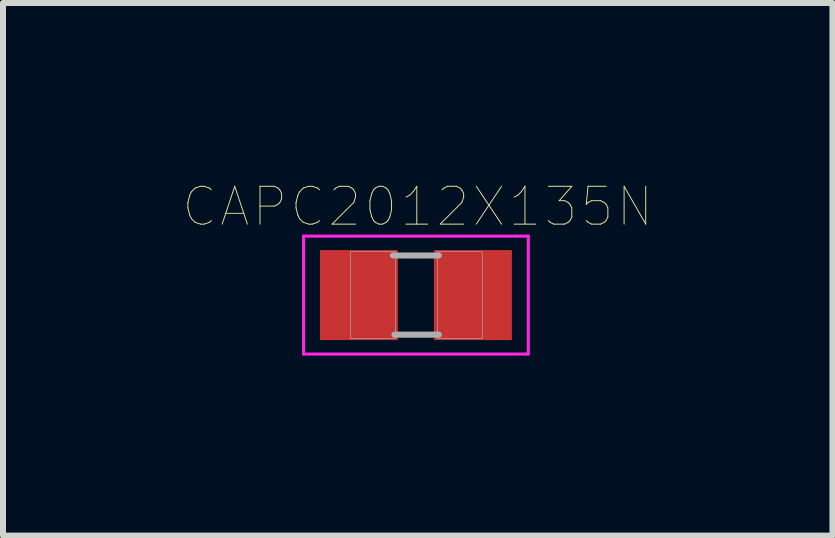
<source format=kicad_pcb>
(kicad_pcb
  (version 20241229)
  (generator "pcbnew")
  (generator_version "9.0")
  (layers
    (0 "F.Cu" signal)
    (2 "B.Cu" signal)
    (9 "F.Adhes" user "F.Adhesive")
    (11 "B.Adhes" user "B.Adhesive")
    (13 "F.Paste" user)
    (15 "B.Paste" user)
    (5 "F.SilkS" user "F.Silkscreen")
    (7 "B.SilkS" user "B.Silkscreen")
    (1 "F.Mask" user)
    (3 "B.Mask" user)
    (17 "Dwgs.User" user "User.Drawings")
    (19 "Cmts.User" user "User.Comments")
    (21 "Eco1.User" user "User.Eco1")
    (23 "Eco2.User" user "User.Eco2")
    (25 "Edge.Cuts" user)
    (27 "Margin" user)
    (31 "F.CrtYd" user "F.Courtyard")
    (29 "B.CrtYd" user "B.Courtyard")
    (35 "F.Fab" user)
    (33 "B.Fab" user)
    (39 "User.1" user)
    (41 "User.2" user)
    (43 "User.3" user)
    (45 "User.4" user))
  (footprint "CAPC2012X135N"
    (layer "F.Cu")
    (at 3.883 1.869)
    (property "Reference" "CAPC2012X135N" (at 0.03 -1.474 0) (layer "F.SilkS") (effects (font (size 0.631 0.631) (thickness 0.015))))
    (attr through_hole)
    (fp_line (start -1.873 -0.983) (end 1.873 -0.983) (stroke (width 0.051) (type solid)) (layer "F.CrtYd"))
    (fp_line (start -1.873 0.983) (end -1.873 -0.983) (stroke (width 0.051) (type solid)) (layer "F.CrtYd"))
    (fp_line (start 1.873 -0.983) (end 1.873 0.983) (stroke (width 0.051) (type solid)) (layer "F.CrtYd"))
    (fp_line (start 1.873 0.983) (end -1.873 0.983) (stroke (width 0.051) (type solid)) (layer "F.CrtYd"))
    (fp_line (start -0.381 -0.66) (end 0.381 -0.66) (stroke (width 0.102) (type solid)) (layer "F.Fab"))
    (fp_line (start -0.356 0.66) (end 0.381 0.66) (stroke (width 0.102) (type solid)) (layer "F.Fab"))
    (fp_poly (pts (xy -1.093 -0.726) (xy -0.342 -0.726) (xy -0.342 0.725) (xy -1.093 0.725)) (stroke (width 0.01) (type solid)) (fill no) (layer "F.Fab"))
    (fp_poly (pts (xy 0.357 -0.726) (xy 1.106 -0.726) (xy 1.106 0.726) (xy 0.357 0.726)) (stroke (width 0.01) (type solid)) (fill no) (layer "F.Fab"))
    (pad "1" smd rect (at -0.95 0) (size 1.3 1.5) (layers "F.Cu" "F.Mask" "F.Paste"))
    (pad "2" smd rect (at 0.95 0) (size 1.3 1.5) (layers "F.Cu" "F.Mask" "F.Paste")))
  (gr_rect
    (start -3 -3)
    (end 10.827 5.878)
    (stroke (width 0.1) (type default))
    (fill no)
    (layer "Edge.Cuts")))
</source>
